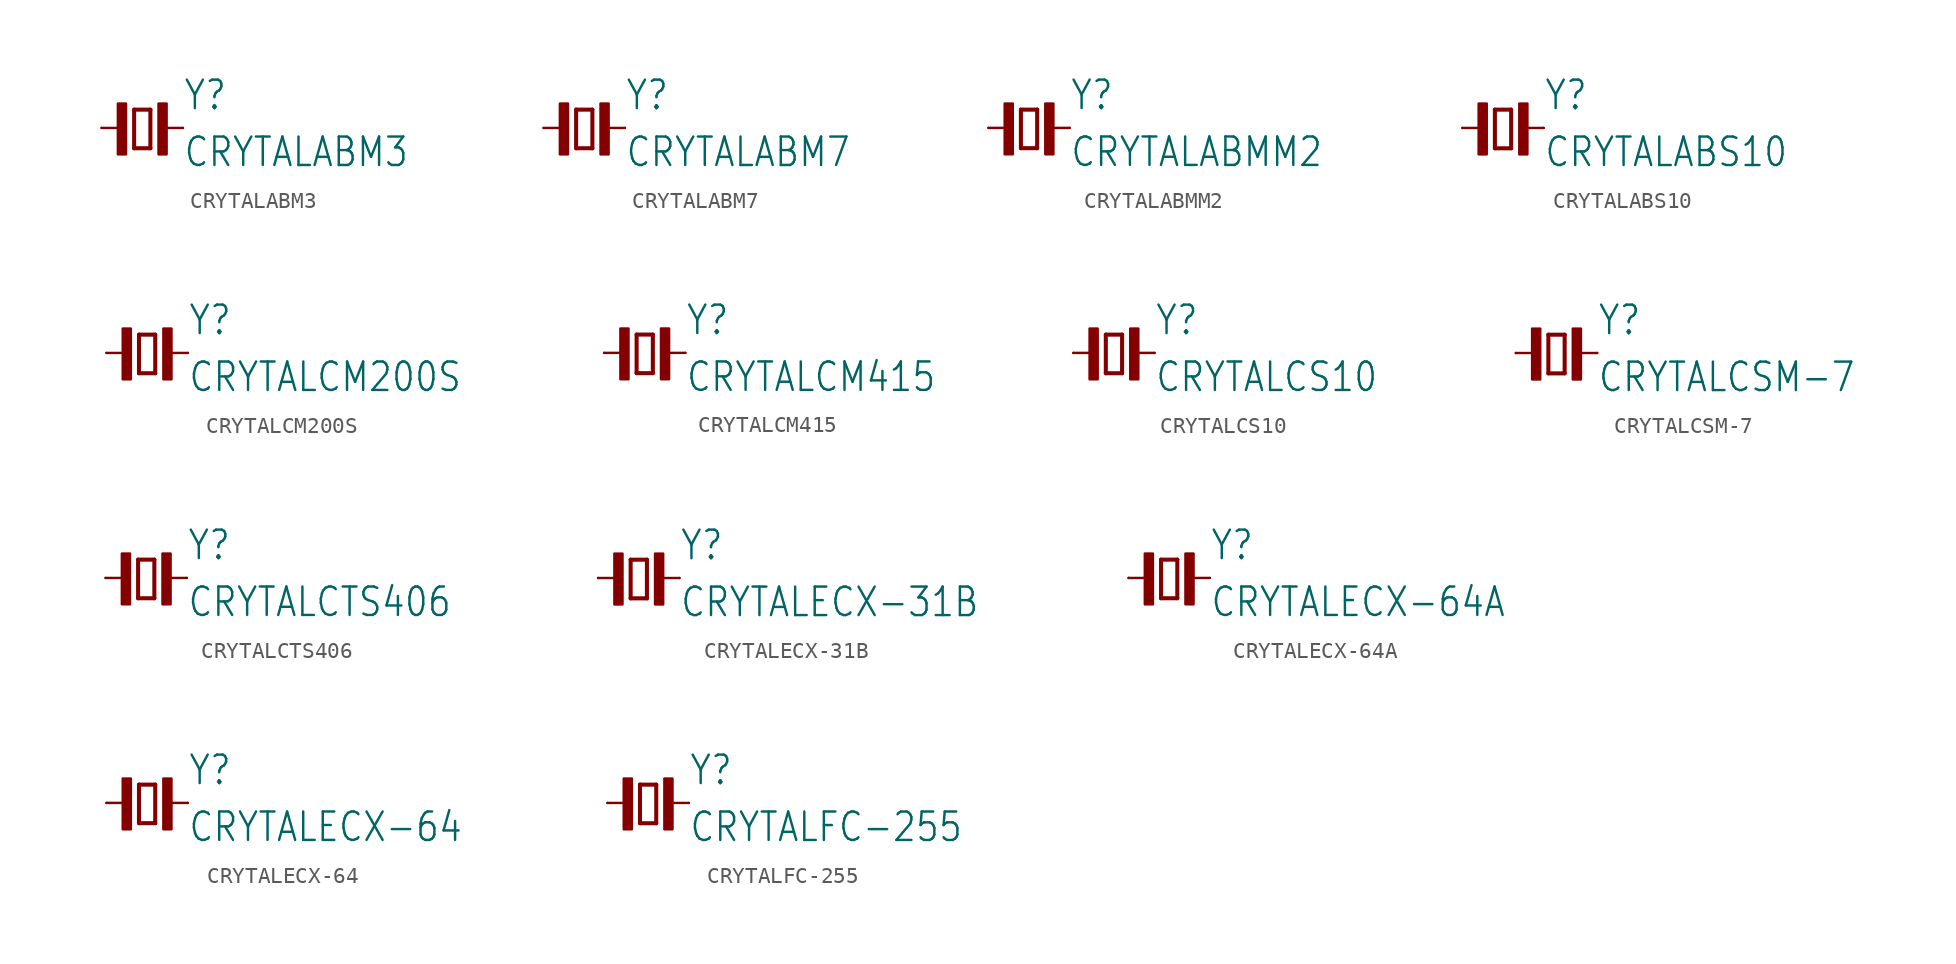
<source format=kicad_sym>
(kicad_symbol_lib
  (version 20211014)
  (generator kicad_symbol_editor)
  (symbol "CRYTALABM3"
    (property "Reference" "Y"
      (at 2.54 1.016 0)
      (effects (font (size 1.778 1.511)) (justify left bottom)))
    (property "Value" "CRYTALABM3"
      (at 2.54 -2.54 0)
      (effects (font (size 1.778 1.511)) (justify left bottom)))
    (property "ki_locked" ""
      (at 0 0 0)
      (effects (font (size 1.27 1.27))))
    (symbol "CRYTALABM3_1_0"
      (rectangle (start -1.524 -1.651) (end -1.016 1.524) (stroke (width 0) (type default) (color 0 0 0 0)) (fill (type outline)))
      (polyline (pts (xy -2.54 0) (xy -1.143 0)) (stroke (width 0.152) (type default) (color 0 0 0 0)) (fill (type none)))
      (polyline (pts (xy -0.508 -1.27) (xy 0.508 -1.27)) (stroke (width 0.254) (type default) (color 0 0 0 0)) (fill (type none)))
      (polyline (pts (xy -0.508 1.143) (xy -0.508 -1.27)) (stroke (width 0.254) (type default) (color 0 0 0 0)) (fill (type none)))
      (polyline (pts (xy 0.508 -1.27) (xy 0.508 1.143)) (stroke (width 0.254) (type default) (color 0 0 0 0)) (fill (type none)))
      (polyline (pts (xy 0.508 1.143) (xy -0.508 1.143)) (stroke (width 0.254) (type default) (color 0 0 0 0)) (fill (type none)))
      (polyline (pts (xy 1.143 0) (xy 2.54 0)) (stroke (width 0.152) (type default) (color 0 0 0 0)) (fill (type none)))
      (rectangle (start 1.016 -1.651) (end 1.524 1.524) (stroke (width 0) (type default) (color 0 0 0 0)) (fill (type outline)))
      (pin passive line (at -2.54 0 0) (length 0) (name "1" (effects (font (size 0 0)))) (number "1" (effects (font (size 0 0)))))
      (pin passive line (at 2.54 0 180) (length 0) (name "2" (effects (font (size 0 0)))) (number "2" (effects (font (size 0 0)))))))
  (symbol "CRYTALABM7"
    (property "Reference" "Y"
      (at 2.54 1.016 0)
      (effects (font (size 1.778 1.511)) (justify left bottom)))
    (property "Value" "CRYTALABM7"
      (at 2.54 -2.54 0)
      (effects (font (size 1.778 1.511)) (justify left bottom)))
    (property "ki_locked" ""
      (at 0 0 0)
      (effects (font (size 1.27 1.27))))
    (symbol "CRYTALABM7_1_0"
      (rectangle (start -1.524 -1.651) (end -1.016 1.524) (stroke (width 0) (type default) (color 0 0 0 0)) (fill (type outline)))
      (polyline (pts (xy -2.54 0) (xy -1.143 0)) (stroke (width 0.152) (type default) (color 0 0 0 0)) (fill (type none)))
      (polyline (pts (xy -0.508 -1.27) (xy 0.508 -1.27)) (stroke (width 0.254) (type default) (color 0 0 0 0)) (fill (type none)))
      (polyline (pts (xy -0.508 1.143) (xy -0.508 -1.27)) (stroke (width 0.254) (type default) (color 0 0 0 0)) (fill (type none)))
      (polyline (pts (xy 0.508 -1.27) (xy 0.508 1.143)) (stroke (width 0.254) (type default) (color 0 0 0 0)) (fill (type none)))
      (polyline (pts (xy 0.508 1.143) (xy -0.508 1.143)) (stroke (width 0.254) (type default) (color 0 0 0 0)) (fill (type none)))
      (polyline (pts (xy 1.143 0) (xy 2.54 0)) (stroke (width 0.152) (type default) (color 0 0 0 0)) (fill (type none)))
      (rectangle (start 1.016 -1.651) (end 1.524 1.524) (stroke (width 0) (type default) (color 0 0 0 0)) (fill (type outline)))
      (pin passive line (at -2.54 0 0) (length 0) (name "1" (effects (font (size 0 0)))) (number "1" (effects (font (size 0 0)))))
      (pin passive line (at 2.54 0 180) (length 0) (name "2" (effects (font (size 0 0)))) (number "2" (effects (font (size 0 0)))))))
  (symbol "CRYTALABMM2"
    (property "Reference" "Y"
      (at 2.54 1.016 0)
      (effects (font (size 1.778 1.511)) (justify left bottom)))
    (property "Value" "CRYTALABMM2"
      (at 2.54 -2.54 0)
      (effects (font (size 1.778 1.511)) (justify left bottom)))
    (property "ki_locked" ""
      (at 0 0 0)
      (effects (font (size 1.27 1.27))))
    (symbol "CRYTALABMM2_1_0"
      (rectangle (start -1.524 -1.651) (end -1.016 1.524) (stroke (width 0) (type default) (color 0 0 0 0)) (fill (type outline)))
      (polyline (pts (xy -2.54 0) (xy -1.143 0)) (stroke (width 0.152) (type default) (color 0 0 0 0)) (fill (type none)))
      (polyline (pts (xy -0.508 -1.27) (xy 0.508 -1.27)) (stroke (width 0.254) (type default) (color 0 0 0 0)) (fill (type none)))
      (polyline (pts (xy -0.508 1.143) (xy -0.508 -1.27)) (stroke (width 0.254) (type default) (color 0 0 0 0)) (fill (type none)))
      (polyline (pts (xy 0.508 -1.27) (xy 0.508 1.143)) (stroke (width 0.254) (type default) (color 0 0 0 0)) (fill (type none)))
      (polyline (pts (xy 0.508 1.143) (xy -0.508 1.143)) (stroke (width 0.254) (type default) (color 0 0 0 0)) (fill (type none)))
      (polyline (pts (xy 1.143 0) (xy 2.54 0)) (stroke (width 0.152) (type default) (color 0 0 0 0)) (fill (type none)))
      (rectangle (start 1.016 -1.651) (end 1.524 1.524) (stroke (width 0) (type default) (color 0 0 0 0)) (fill (type outline)))
      (pin passive line (at -2.54 0 0) (length 0) (name "1" (effects (font (size 0 0)))) (number "1" (effects (font (size 0 0)))))
      (pin passive line (at 2.54 0 180) (length 0) (name "2" (effects (font (size 0 0)))) (number "3" (effects (font (size 0 0)))))))
  (symbol "CRYTALABS10"
    (property "Reference" "Y"
      (at 2.54 1.016 0)
      (effects (font (size 1.778 1.511)) (justify left bottom)))
    (property "Value" "CRYTALABS10"
      (at 2.54 -2.54 0)
      (effects (font (size 1.778 1.511)) (justify left bottom)))
    (property "ki_locked" ""
      (at 0 0 0)
      (effects (font (size 1.27 1.27))))
    (symbol "CRYTALABS10_1_0"
      (rectangle (start -1.524 -1.651) (end -1.016 1.524) (stroke (width 0) (type default) (color 0 0 0 0)) (fill (type outline)))
      (polyline (pts (xy -2.54 0) (xy -1.143 0)) (stroke (width 0.152) (type default) (color 0 0 0 0)) (fill (type none)))
      (polyline (pts (xy -0.508 -1.27) (xy 0.508 -1.27)) (stroke (width 0.254) (type default) (color 0 0 0 0)) (fill (type none)))
      (polyline (pts (xy -0.508 1.143) (xy -0.508 -1.27)) (stroke (width 0.254) (type default) (color 0 0 0 0)) (fill (type none)))
      (polyline (pts (xy 0.508 -1.27) (xy 0.508 1.143)) (stroke (width 0.254) (type default) (color 0 0 0 0)) (fill (type none)))
      (polyline (pts (xy 0.508 1.143) (xy -0.508 1.143)) (stroke (width 0.254) (type default) (color 0 0 0 0)) (fill (type none)))
      (polyline (pts (xy 1.143 0) (xy 2.54 0)) (stroke (width 0.152) (type default) (color 0 0 0 0)) (fill (type none)))
      (rectangle (start 1.016 -1.651) (end 1.524 1.524) (stroke (width 0) (type default) (color 0 0 0 0)) (fill (type outline)))
      (pin passive line (at -2.54 0 0) (length 0) (name "1" (effects (font (size 0 0)))) (number "1" (effects (font (size 0 0)))))
      (pin passive line (at 2.54 0 180) (length 0) (name "2" (effects (font (size 0 0)))) (number "2" (effects (font (size 0 0)))))))
  (symbol "CRYTALCM200S"
    (property "Reference" "Y"
      (at 2.54 1.016 0)
      (effects (font (size 1.778 1.511)) (justify left bottom)))
    (property "Value" "CRYTALCM200S"
      (at 2.54 -2.54 0)
      (effects (font (size 1.778 1.511)) (justify left bottom)))
    (property "ki_locked" ""
      (at 0 0 0)
      (effects (font (size 1.27 1.27))))
    (symbol "CRYTALCM200S_1_0"
      (rectangle (start -1.524 -1.651) (end -1.016 1.524) (stroke (width 0) (type default) (color 0 0 0 0)) (fill (type outline)))
      (polyline (pts (xy -2.54 0) (xy -1.143 0)) (stroke (width 0.152) (type default) (color 0 0 0 0)) (fill (type none)))
      (polyline (pts (xy -0.508 -1.27) (xy 0.508 -1.27)) (stroke (width 0.254) (type default) (color 0 0 0 0)) (fill (type none)))
      (polyline (pts (xy -0.508 1.143) (xy -0.508 -1.27)) (stroke (width 0.254) (type default) (color 0 0 0 0)) (fill (type none)))
      (polyline (pts (xy 0.508 -1.27) (xy 0.508 1.143)) (stroke (width 0.254) (type default) (color 0 0 0 0)) (fill (type none)))
      (polyline (pts (xy 0.508 1.143) (xy -0.508 1.143)) (stroke (width 0.254) (type default) (color 0 0 0 0)) (fill (type none)))
      (polyline (pts (xy 1.143 0) (xy 2.54 0)) (stroke (width 0.152) (type default) (color 0 0 0 0)) (fill (type none)))
      (rectangle (start 1.016 -1.651) (end 1.524 1.524) (stroke (width 0) (type default) (color 0 0 0 0)) (fill (type outline)))
      (pin passive line (at -2.54 0 0) (length 0) (name "1" (effects (font (size 0 0)))) (number "1" (effects (font (size 0 0)))))
      (pin passive line (at 2.54 0 180) (length 0) (name "2" (effects (font (size 0 0)))) (number "4" (effects (font (size 0 0)))))))
  (symbol "CRYTALCM415"
    (property "Reference" "Y"
      (at 2.54 1.016 0)
      (effects (font (size 1.778 1.511)) (justify left bottom)))
    (property "Value" "CRYTALCM415"
      (at 2.54 -2.54 0)
      (effects (font (size 1.778 1.511)) (justify left bottom)))
    (property "ki_locked" ""
      (at 0 0 0)
      (effects (font (size 1.27 1.27))))
    (symbol "CRYTALCM415_1_0"
      (rectangle (start -1.524 -1.651) (end -1.016 1.524) (stroke (width 0) (type default) (color 0 0 0 0)) (fill (type outline)))
      (polyline (pts (xy -2.54 0) (xy -1.143 0)) (stroke (width 0.152) (type default) (color 0 0 0 0)) (fill (type none)))
      (polyline (pts (xy -0.508 -1.27) (xy 0.508 -1.27)) (stroke (width 0.254) (type default) (color 0 0 0 0)) (fill (type none)))
      (polyline (pts (xy -0.508 1.143) (xy -0.508 -1.27)) (stroke (width 0.254) (type default) (color 0 0 0 0)) (fill (type none)))
      (polyline (pts (xy 0.508 -1.27) (xy 0.508 1.143)) (stroke (width 0.254) (type default) (color 0 0 0 0)) (fill (type none)))
      (polyline (pts (xy 0.508 1.143) (xy -0.508 1.143)) (stroke (width 0.254) (type default) (color 0 0 0 0)) (fill (type none)))
      (polyline (pts (xy 1.143 0) (xy 2.54 0)) (stroke (width 0.152) (type default) (color 0 0 0 0)) (fill (type none)))
      (rectangle (start 1.016 -1.651) (end 1.524 1.524) (stroke (width 0) (type default) (color 0 0 0 0)) (fill (type outline)))
      (pin passive line (at -2.54 0 0) (length 0) (name "1" (effects (font (size 0 0)))) (number "1" (effects (font (size 0 0)))))
      (pin passive line (at 2.54 0 180) (length 0) (name "2" (effects (font (size 0 0)))) (number "2" (effects (font (size 0 0)))))))
  (symbol "CRYTALCS10"
    (property "Reference" "Y"
      (at 2.54 1.016 0)
      (effects (font (size 1.778 1.511)) (justify left bottom)))
    (property "Value" "CRYTALCS10"
      (at 2.54 -2.54 0)
      (effects (font (size 1.778 1.511)) (justify left bottom)))
    (property "ki_locked" ""
      (at 0 0 0)
      (effects (font (size 1.27 1.27))))
    (symbol "CRYTALCS10_1_0"
      (rectangle (start -1.524 -1.651) (end -1.016 1.524) (stroke (width 0) (type default) (color 0 0 0 0)) (fill (type outline)))
      (polyline (pts (xy -2.54 0) (xy -1.143 0)) (stroke (width 0.152) (type default) (color 0 0 0 0)) (fill (type none)))
      (polyline (pts (xy -0.508 -1.27) (xy 0.508 -1.27)) (stroke (width 0.254) (type default) (color 0 0 0 0)) (fill (type none)))
      (polyline (pts (xy -0.508 1.143) (xy -0.508 -1.27)) (stroke (width 0.254) (type default) (color 0 0 0 0)) (fill (type none)))
      (polyline (pts (xy 0.508 -1.27) (xy 0.508 1.143)) (stroke (width 0.254) (type default) (color 0 0 0 0)) (fill (type none)))
      (polyline (pts (xy 0.508 1.143) (xy -0.508 1.143)) (stroke (width 0.254) (type default) (color 0 0 0 0)) (fill (type none)))
      (polyline (pts (xy 1.143 0) (xy 2.54 0)) (stroke (width 0.152) (type default) (color 0 0 0 0)) (fill (type none)))
      (rectangle (start 1.016 -1.651) (end 1.524 1.524) (stroke (width 0) (type default) (color 0 0 0 0)) (fill (type outline)))
      (pin passive line (at -2.54 0 0) (length 0) (name "1" (effects (font (size 0 0)))) (number "1" (effects (font (size 0 0)))))
      (pin passive line (at 2.54 0 180) (length 0) (name "2" (effects (font (size 0 0)))) (number "2" (effects (font (size 0 0)))))))
  (symbol "CRYTALCSM-7"
    (property "Reference" "Y"
      (at 2.54 1.016 0)
      (effects (font (size 1.778 1.511)) (justify left bottom)))
    (property "Value" "CRYTALCSM-7"
      (at 2.54 -2.54 0)
      (effects (font (size 1.778 1.511)) (justify left bottom)))
    (property "ki_locked" ""
      (at 0 0 0)
      (effects (font (size 1.27 1.27))))
    (symbol "CRYTALCSM-7_1_0"
      (rectangle (start -1.524 -1.651) (end -1.016 1.524) (stroke (width 0) (type default) (color 0 0 0 0)) (fill (type outline)))
      (polyline (pts (xy -2.54 0) (xy -1.143 0)) (stroke (width 0.152) (type default) (color 0 0 0 0)) (fill (type none)))
      (polyline (pts (xy -0.508 -1.27) (xy 0.508 -1.27)) (stroke (width 0.254) (type default) (color 0 0 0 0)) (fill (type none)))
      (polyline (pts (xy -0.508 1.143) (xy -0.508 -1.27)) (stroke (width 0.254) (type default) (color 0 0 0 0)) (fill (type none)))
      (polyline (pts (xy 0.508 -1.27) (xy 0.508 1.143)) (stroke (width 0.254) (type default) (color 0 0 0 0)) (fill (type none)))
      (polyline (pts (xy 0.508 1.143) (xy -0.508 1.143)) (stroke (width 0.254) (type default) (color 0 0 0 0)) (fill (type none)))
      (polyline (pts (xy 1.143 0) (xy 2.54 0)) (stroke (width 0.152) (type default) (color 0 0 0 0)) (fill (type none)))
      (rectangle (start 1.016 -1.651) (end 1.524 1.524) (stroke (width 0) (type default) (color 0 0 0 0)) (fill (type outline)))
      (pin passive line (at -2.54 0 0) (length 0) (name "1" (effects (font (size 0 0)))) (number "1" (effects (font (size 0 0)))))
      (pin passive line (at 2.54 0 180) (length 0) (name "2" (effects (font (size 0 0)))) (number "2" (effects (font (size 0 0)))))))
  (symbol "CRYTALCTS406"
    (property "Reference" "Y"
      (at 2.54 1.016 0)
      (effects (font (size 1.778 1.511)) (justify left bottom)))
    (property "Value" "CRYTALCTS406"
      (at 2.54 -2.54 0)
      (effects (font (size 1.778 1.511)) (justify left bottom)))
    (property "ki_locked" ""
      (at 0 0 0)
      (effects (font (size 1.27 1.27))))
    (symbol "CRYTALCTS406_1_0"
      (rectangle (start -1.524 -1.651) (end -1.016 1.524) (stroke (width 0) (type default) (color 0 0 0 0)) (fill (type outline)))
      (polyline (pts (xy -2.54 0) (xy -1.143 0)) (stroke (width 0.152) (type default) (color 0 0 0 0)) (fill (type none)))
      (polyline (pts (xy -0.508 -1.27) (xy 0.508 -1.27)) (stroke (width 0.254) (type default) (color 0 0 0 0)) (fill (type none)))
      (polyline (pts (xy -0.508 1.143) (xy -0.508 -1.27)) (stroke (width 0.254) (type default) (color 0 0 0 0)) (fill (type none)))
      (polyline (pts (xy 0.508 -1.27) (xy 0.508 1.143)) (stroke (width 0.254) (type default) (color 0 0 0 0)) (fill (type none)))
      (polyline (pts (xy 0.508 1.143) (xy -0.508 1.143)) (stroke (width 0.254) (type default) (color 0 0 0 0)) (fill (type none)))
      (polyline (pts (xy 1.143 0) (xy 2.54 0)) (stroke (width 0.152) (type default) (color 0 0 0 0)) (fill (type none)))
      (rectangle (start 1.016 -1.651) (end 1.524 1.524) (stroke (width 0) (type default) (color 0 0 0 0)) (fill (type outline)))
      (pin passive line (at -2.54 0 0) (length 0) (name "1" (effects (font (size 0 0)))) (number "1" (effects (font (size 0 0)))))
      (pin passive line (at 2.54 0 180) (length 0) (name "2" (effects (font (size 0 0)))) (number "3" (effects (font (size 0 0)))))))
  (symbol "CRYTALECX-31B"
    (property "Reference" "Y"
      (at 2.54 1.016 0)
      (effects (font (size 1.778 1.511)) (justify left bottom)))
    (property "Value" "CRYTALECX-31B"
      (at 2.54 -2.54 0)
      (effects (font (size 1.778 1.511)) (justify left bottom)))
    (property "ki_locked" ""
      (at 0 0 0)
      (effects (font (size 1.27 1.27))))
    (symbol "CRYTALECX-31B_1_0"
      (rectangle (start -1.524 -1.651) (end -1.016 1.524) (stroke (width 0) (type default) (color 0 0 0 0)) (fill (type outline)))
      (polyline (pts (xy -2.54 0) (xy -1.143 0)) (stroke (width 0.152) (type default) (color 0 0 0 0)) (fill (type none)))
      (polyline (pts (xy -0.508 -1.27) (xy 0.508 -1.27)) (stroke (width 0.254) (type default) (color 0 0 0 0)) (fill (type none)))
      (polyline (pts (xy -0.508 1.143) (xy -0.508 -1.27)) (stroke (width 0.254) (type default) (color 0 0 0 0)) (fill (type none)))
      (polyline (pts (xy 0.508 -1.27) (xy 0.508 1.143)) (stroke (width 0.254) (type default) (color 0 0 0 0)) (fill (type none)))
      (polyline (pts (xy 0.508 1.143) (xy -0.508 1.143)) (stroke (width 0.254) (type default) (color 0 0 0 0)) (fill (type none)))
      (polyline (pts (xy 1.143 0) (xy 2.54 0)) (stroke (width 0.152) (type default) (color 0 0 0 0)) (fill (type none)))
      (rectangle (start 1.016 -1.651) (end 1.524 1.524) (stroke (width 0) (type default) (color 0 0 0 0)) (fill (type outline)))
      (pin passive line (at -2.54 0 0) (length 0) (name "1" (effects (font (size 0 0)))) (number "1" (effects (font (size 0 0)))))
      (pin passive line (at 2.54 0 180) (length 0) (name "2" (effects (font (size 0 0)))) (number "2" (effects (font (size 0 0)))))))
  (symbol "CRYTALECX-64A"
    (property "Reference" "Y"
      (at 2.54 1.016 0)
      (effects (font (size 1.778 1.511)) (justify left bottom)))
    (property "Value" "CRYTALECX-64A"
      (at 2.54 -2.54 0)
      (effects (font (size 1.778 1.511)) (justify left bottom)))
    (property "ki_locked" ""
      (at 0 0 0)
      (effects (font (size 1.27 1.27))))
    (symbol "CRYTALECX-64A_1_0"
      (rectangle (start -1.524 -1.651) (end -1.016 1.524) (stroke (width 0) (type default) (color 0 0 0 0)) (fill (type outline)))
      (polyline (pts (xy -2.54 0) (xy -1.143 0)) (stroke (width 0.152) (type default) (color 0 0 0 0)) (fill (type none)))
      (polyline (pts (xy -0.508 -1.27) (xy 0.508 -1.27)) (stroke (width 0.254) (type default) (color 0 0 0 0)) (fill (type none)))
      (polyline (pts (xy -0.508 1.143) (xy -0.508 -1.27)) (stroke (width 0.254) (type default) (color 0 0 0 0)) (fill (type none)))
      (polyline (pts (xy 0.508 -1.27) (xy 0.508 1.143)) (stroke (width 0.254) (type default) (color 0 0 0 0)) (fill (type none)))
      (polyline (pts (xy 0.508 1.143) (xy -0.508 1.143)) (stroke (width 0.254) (type default) (color 0 0 0 0)) (fill (type none)))
      (polyline (pts (xy 1.143 0) (xy 2.54 0)) (stroke (width 0.152) (type default) (color 0 0 0 0)) (fill (type none)))
      (rectangle (start 1.016 -1.651) (end 1.524 1.524) (stroke (width 0) (type default) (color 0 0 0 0)) (fill (type outline)))
      (pin passive line (at -2.54 0 0) (length 0) (name "1" (effects (font (size 0 0)))) (number "1" (effects (font (size 0 0)))))
      (pin passive line (at 2.54 0 180) (length 0) (name "2" (effects (font (size 0 0)))) (number "2" (effects (font (size 0 0)))))))
  (symbol "CRYTALECX-64"
    (property "Reference" "Y"
      (at 2.54 1.016 0)
      (effects (font (size 1.778 1.511)) (justify left bottom)))
    (property "Value" "CRYTALECX-64"
      (at 2.54 -2.54 0)
      (effects (font (size 1.778 1.511)) (justify left bottom)))
    (property "ki_locked" ""
      (at 0 0 0)
      (effects (font (size 1.27 1.27))))
    (symbol "CRYTALECX-64_1_0"
      (rectangle (start -1.524 -1.651) (end -1.016 1.524) (stroke (width 0) (type default) (color 0 0 0 0)) (fill (type outline)))
      (polyline (pts (xy -2.54 0) (xy -1.143 0)) (stroke (width 0.152) (type default) (color 0 0 0 0)) (fill (type none)))
      (polyline (pts (xy -0.508 -1.27) (xy 0.508 -1.27)) (stroke (width 0.254) (type default) (color 0 0 0 0)) (fill (type none)))
      (polyline (pts (xy -0.508 1.143) (xy -0.508 -1.27)) (stroke (width 0.254) (type default) (color 0 0 0 0)) (fill (type none)))
      (polyline (pts (xy 0.508 -1.27) (xy 0.508 1.143)) (stroke (width 0.254) (type default) (color 0 0 0 0)) (fill (type none)))
      (polyline (pts (xy 0.508 1.143) (xy -0.508 1.143)) (stroke (width 0.254) (type default) (color 0 0 0 0)) (fill (type none)))
      (polyline (pts (xy 1.143 0) (xy 2.54 0)) (stroke (width 0.152) (type default) (color 0 0 0 0)) (fill (type none)))
      (rectangle (start 1.016 -1.651) (end 1.524 1.524) (stroke (width 0) (type default) (color 0 0 0 0)) (fill (type outline)))
      (pin passive line (at -2.54 0 0) (length 0) (name "1" (effects (font (size 0 0)))) (number "1" (effects (font (size 0 0)))))
      (pin passive line (at 2.54 0 180) (length 0) (name "2" (effects (font (size 0 0)))) (number "3" (effects (font (size 0 0)))))))
  (symbol "CRYTALFC-255"
    (property "Reference" "Y"
      (at 2.54 1.016 0)
      (effects (font (size 1.778 1.511)) (justify left bottom)))
    (property "Value" "CRYTALFC-255"
      (at 2.54 -2.54 0)
      (effects (font (size 1.778 1.511)) (justify left bottom)))
    (property "ki_locked" ""
      (at 0 0 0)
      (effects (font (size 1.27 1.27))))
    (symbol "CRYTALFC-255_1_0"
      (rectangle (start -1.524 -1.651) (end -1.016 1.524) (stroke (width 0) (type default) (color 0 0 0 0)) (fill (type outline)))
      (polyline (pts (xy -2.54 0) (xy -1.143 0)) (stroke (width 0.152) (type default) (color 0 0 0 0)) (fill (type none)))
      (polyline (pts (xy -0.508 -1.27) (xy 0.508 -1.27)) (stroke (width 0.254) (type default) (color 0 0 0 0)) (fill (type none)))
      (polyline (pts (xy -0.508 1.143) (xy -0.508 -1.27)) (stroke (width 0.254) (type default) (color 0 0 0 0)) (fill (type none)))
      (polyline (pts (xy 0.508 -1.27) (xy 0.508 1.143)) (stroke (width 0.254) (type default) (color 0 0 0 0)) (fill (type none)))
      (polyline (pts (xy 0.508 1.143) (xy -0.508 1.143)) (stroke (width 0.254) (type default) (color 0 0 0 0)) (fill (type none)))
      (polyline (pts (xy 1.143 0) (xy 2.54 0)) (stroke (width 0.152) (type default) (color 0 0 0 0)) (fill (type none)))
      (rectangle (start 1.016 -1.651) (end 1.524 1.524) (stroke (width 0) (type default) (color 0 0 0 0)) (fill (type outline)))
      (pin passive line (at -2.54 0 0) (length 0) (name "1" (effects (font (size 0 0)))) (number "1" (effects (font (size 0 0)))))
      (pin passive line (at 2.54 0 180) (length 0) (name "2" (effects (font (size 0 0)))) (number "2" (effects (font (size 0 0))))))))
</source>
